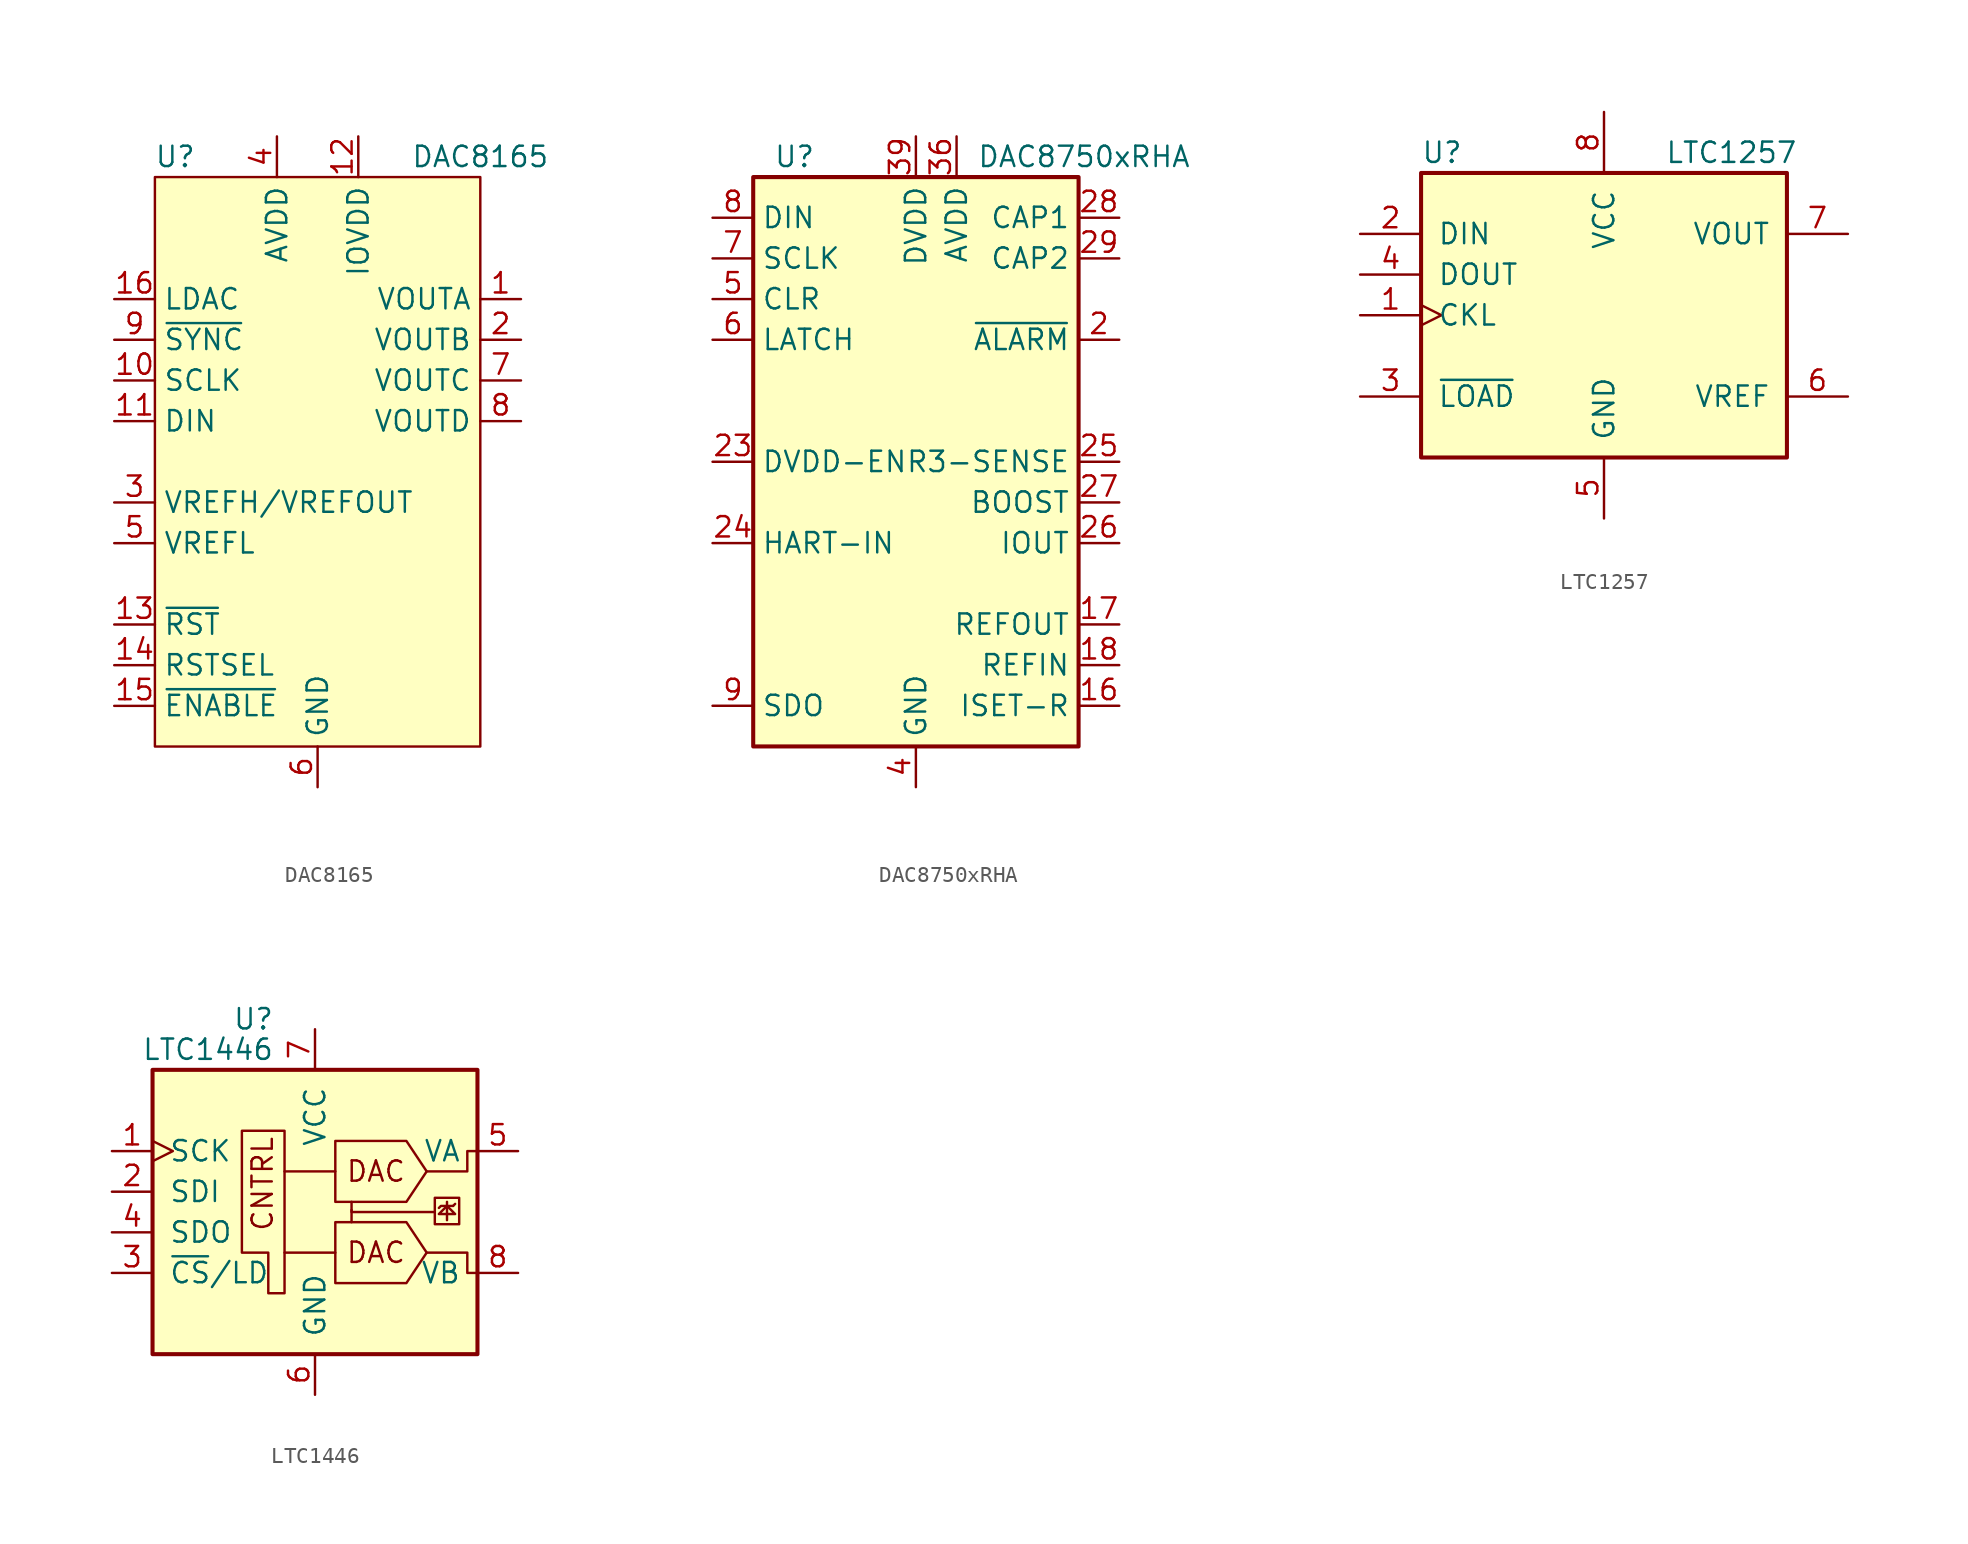
<source format=kicad_sym>
(kicad_symbol_lib
  (version 20211014)
  (generator kicad_symbol_editor)
  (symbol "DAC8165"
    (property "Reference" "U"
      (at -8.89 21.59 0)
      (effects (font (size 1.27 1.27))))
    (property "Value" "DAC8165"
      (at 10.16 21.59 0)
      (effects (font (size 1.27 1.27))))
    (symbol "DAC8165_0_0"
      (pin output line (at 12.7 12.7 180) (length 2.54) (name "VOUTA" (effects (font (size 1.27 1.27)))) (number "1" (effects (font (size 1.27 1.27)))))
      (pin input line (at -12.7 7.62 0) (length 2.54) (name "SCLK" (effects (font (size 1.27 1.27)))) (number "10" (effects (font (size 1.27 1.27)))))
      (pin input line (at -12.7 5.08 0) (length 2.54) (name "DIN" (effects (font (size 1.27 1.27)))) (number "11" (effects (font (size 1.27 1.27)))))
      (pin power_in line (at 2.54 22.86 270) (length 2.54) (name "IOVDD" (effects (font (size 1.27 1.27)))) (number "12" (effects (font (size 1.27 1.27)))))
      (pin input line (at -12.7 -7.62 0) (length 2.54) (name "~{RST}" (effects (font (size 1.27 1.27)))) (number "13" (effects (font (size 1.27 1.27)))))
      (pin input line (at -12.7 -10.16 0) (length 2.54) (name "RSTSEL" (effects (font (size 1.27 1.27)))) (number "14" (effects (font (size 1.27 1.27)))))
      (pin input line (at -12.7 -12.7 0) (length 2.54) (name "~{ENABLE}" (effects (font (size 1.27 1.27)))) (number "15" (effects (font (size 1.27 1.27)))))
      (pin input line (at -12.7 12.7 0) (length 2.54) (name "LDAC" (effects (font (size 1.27 1.27)))) (number "16" (effects (font (size 1.27 1.27)))))
      (pin output line (at 12.7 10.16 180) (length 2.54) (name "VOUTB" (effects (font (size 1.27 1.27)))) (number "2" (effects (font (size 1.27 1.27)))))
      (pin bidirectional line (at -12.7 0 0) (length 2.54) (name "VREFH/VREFOUT" (effects (font (size 1.27 1.27)))) (number "3" (effects (font (size 1.27 1.27)))))
      (pin power_in line (at -2.54 22.86 270) (length 2.54) (name "AVDD" (effects (font (size 1.27 1.27)))) (number "4" (effects (font (size 1.27 1.27)))))
      (pin input line (at -12.7 -2.54 0) (length 2.54) (name "VREFL" (effects (font (size 1.27 1.27)))) (number "5" (effects (font (size 1.27 1.27)))))
      (pin power_in line (at 0 -17.78 90) (length 2.54) (name "GND" (effects (font (size 1.27 1.27)))) (number "6" (effects (font (size 1.27 1.27)))))
      (pin output line (at 12.7 7.62 180) (length 2.54) (name "VOUTC" (effects (font (size 1.27 1.27)))) (number "7" (effects (font (size 1.27 1.27)))))
      (pin output line (at 12.7 5.08 180) (length 2.54) (name "VOUTD" (effects (font (size 1.27 1.27)))) (number "8" (effects (font (size 1.27 1.27)))))
      (pin input line (at -12.7 10.16 0) (length 2.54) (name "~{SYNC}" (effects (font (size 1.27 1.27)))) (number "9" (effects (font (size 1.27 1.27))))))
    (symbol "DAC8165_0_1"
      (rectangle (start -10.16 20.32) (end 10.16 -15.24) (stroke (width 0.152) (type default) (color 0 0 0 0)) (fill (type background)))))
  (symbol "DAC8750xRHA"
    (property "Reference" "U"
      (at -8.89 19.05 0)
      (effects (font (size 1.27 1.27)) (justify left)))
    (property "Value" "DAC8750xRHA"
      (at 3.81 19.05 0)
      (effects (font (size 1.27 1.27)) (justify left)))
    (symbol "DAC8750xRHA_1_1"
      (rectangle (start -10.16 17.78) (end 10.16 -17.78) (stroke (width 0.254) (type default) (color 0 0 0 0)) (fill (type background)))
      (pin no_connect line (at -10.16 -2.54 0) (length 2.54) hide (name "NC" (effects (font (size 1.27 1.27)))) (number "1" (effects (font (size 1.27 1.27)))))
      (pin no_connect line (at -10.16 -12.7 0) (length 2.54) hide (name "NC" (effects (font (size 1.27 1.27)))) (number "10" (effects (font (size 1.27 1.27)))))
      (pin no_connect line (at -5.08 17.78 270) (length 2.54) hide (name "NC" (effects (font (size 1.27 1.27)))) (number "11" (effects (font (size 1.27 1.27)))))
      (pin passive line (at 0 -20.32 90) (length 2.54) hide (name "GND" (effects (font (size 1.27 1.27)))) (number "12" (effects (font (size 1.27 1.27)))))
      (pin passive line (at 0 -20.32 90) (length 2.54) hide (name "GND" (effects (font (size 1.27 1.27)))) (number "13" (effects (font (size 1.27 1.27)))))
      (pin passive line (at 0 -20.32 90) (length 2.54) hide (name "GND" (effects (font (size 1.27 1.27)))) (number "14" (effects (font (size 1.27 1.27)))))
      (pin passive line (at 0 -20.32 90) (length 2.54) hide (name "GND" (effects (font (size 1.27 1.27)))) (number "15" (effects (font (size 1.27 1.27)))))
      (pin passive line (at 12.7 -15.24 180) (length 2.54) (name "ISET-R" (effects (font (size 1.27 1.27)))) (number "16" (effects (font (size 1.27 1.27)))))
      (pin output line (at 12.7 -10.16 180) (length 2.54) (name "REFOUT" (effects (font (size 1.27 1.27)))) (number "17" (effects (font (size 1.27 1.27)))))
      (pin input line (at 12.7 -12.7 180) (length 2.54) (name "REFIN" (effects (font (size 1.27 1.27)))) (number "18" (effects (font (size 1.27 1.27)))))
      (pin no_connect line (at 10.16 -7.62 180) (length 2.54) hide (name "NC" (effects (font (size 1.27 1.27)))) (number "19" (effects (font (size 1.27 1.27)))))
      (pin open_collector line (at 12.7 7.62 180) (length 2.54) (name "~{ALARM}" (effects (font (size 1.27 1.27)))) (number "2" (effects (font (size 1.27 1.27)))))
      (pin no_connect line (at 10.16 10.16 180) (length 2.54) hide (name "NC" (effects (font (size 1.27 1.27)))) (number "20" (effects (font (size 1.27 1.27)))))
      (pin no_connect line (at -10.16 2.54 0) (length 2.54) hide (name "NC" (effects (font (size 1.27 1.27)))) (number "21" (effects (font (size 1.27 1.27)))))
      (pin no_connect line (at -2.54 17.78 270) (length 2.54) hide (name "NC" (effects (font (size 1.27 1.27)))) (number "22" (effects (font (size 1.27 1.27)))))
      (pin input line (at -12.7 0 0) (length 2.54) (name "DVDD-EN" (effects (font (size 1.27 1.27)))) (number "23" (effects (font (size 1.27 1.27)))))
      (pin input line (at -12.7 -5.08 0) (length 2.54) (name "HART-IN" (effects (font (size 1.27 1.27)))) (number "24" (effects (font (size 1.27 1.27)))))
      (pin output line (at 12.7 0 180) (length 2.54) (name "R3-SENSE" (effects (font (size 1.27 1.27)))) (number "25" (effects (font (size 1.27 1.27)))))
      (pin output line (at 12.7 -5.08 180) (length 2.54) (name "IOUT" (effects (font (size 1.27 1.27)))) (number "26" (effects (font (size 1.27 1.27)))))
      (pin output line (at 12.7 -2.54 180) (length 2.54) (name "BOOST" (effects (font (size 1.27 1.27)))) (number "27" (effects (font (size 1.27 1.27)))))
      (pin passive line (at 12.7 15.24 180) (length 2.54) (name "CAP1" (effects (font (size 1.27 1.27)))) (number "28" (effects (font (size 1.27 1.27)))))
      (pin passive line (at 12.7 12.7 180) (length 2.54) (name "CAP2" (effects (font (size 1.27 1.27)))) (number "29" (effects (font (size 1.27 1.27)))))
      (pin passive line (at 0 -20.32 90) (length 2.54) hide (name "GND" (effects (font (size 1.27 1.27)))) (number "3" (effects (font (size 1.27 1.27)))))
      (pin no_connect line (at -5.08 -17.78 90) (length 2.54) hide (name "NC" (effects (font (size 1.27 1.27)))) (number "30" (effects (font (size 1.27 1.27)))))
      (pin no_connect line (at -2.54 -17.78 90) (length 2.54) hide (name "NC" (effects (font (size 1.27 1.27)))) (number "31" (effects (font (size 1.27 1.27)))))
      (pin no_connect line (at 2.54 -17.78 90) (length 2.54) hide (name "NC" (effects (font (size 1.27 1.27)))) (number "32" (effects (font (size 1.27 1.27)))))
      (pin no_connect line (at 5.08 -17.78 90) (length 2.54) hide (name "NC" (effects (font (size 1.27 1.27)))) (number "33" (effects (font (size 1.27 1.27)))))
      (pin no_connect line (at 10.16 2.54 180) (length 2.54) hide (name "NC" (effects (font (size 1.27 1.27)))) (number "34" (effects (font (size 1.27 1.27)))))
      (pin no_connect line (at 10.16 5.08 180) (length 2.54) hide (name "NC" (effects (font (size 1.27 1.27)))) (number "35" (effects (font (size 1.27 1.27)))))
      (pin power_in line (at 2.54 20.32 270) (length 2.54) (name "AVDD" (effects (font (size 1.27 1.27)))) (number "36" (effects (font (size 1.27 1.27)))))
      (pin passive line (at 0 -20.32 90) (length 2.54) hide (name "GND" (effects (font (size 1.27 1.27)))) (number "37" (effects (font (size 1.27 1.27)))))
      (pin no_connect line (at -10.16 -10.16 0) (length 2.54) hide (name "NC" (effects (font (size 1.27 1.27)))) (number "38" (effects (font (size 1.27 1.27)))))
      (pin power_in line (at 0 20.32 270) (length 2.54) (name "DVDD" (effects (font (size 1.27 1.27)))) (number "39" (effects (font (size 1.27 1.27)))))
      (pin power_in line (at 0 -20.32 90) (length 2.54) (name "GND" (effects (font (size 1.27 1.27)))) (number "4" (effects (font (size 1.27 1.27)))))
      (pin no_connect line (at -10.16 -7.62 0) (length 2.54) hide (name "NC" (effects (font (size 1.27 1.27)))) (number "40" (effects (font (size 1.27 1.27)))))
      (pin passive line (at 0 -20.32 90) (length 2.54) hide (name "GND" (effects (font (size 1.27 1.27)))) (number "41" (effects (font (size 1.27 1.27)))))
      (pin input line (at -12.7 10.16 0) (length 2.54) (name "CLR" (effects (font (size 1.27 1.27)))) (number "5" (effects (font (size 1.27 1.27)))))
      (pin input line (at -12.7 7.62 0) (length 2.54) (name "LATCH" (effects (font (size 1.27 1.27)))) (number "6" (effects (font (size 1.27 1.27)))))
      (pin input line (at -12.7 12.7 0) (length 2.54) (name "SCLK" (effects (font (size 1.27 1.27)))) (number "7" (effects (font (size 1.27 1.27)))))
      (pin input line (at -12.7 15.24 0) (length 2.54) (name "DIN" (effects (font (size 1.27 1.27)))) (number "8" (effects (font (size 1.27 1.27)))))
      (pin output line (at -12.7 -15.24 0) (length 2.54) (name "SDO" (effects (font (size 1.27 1.27)))) (number "9" (effects (font (size 1.27 1.27)))))))
  (symbol "LTC1257"
    (pin_names
      (offset 1.016))
    (property "Reference" "U"
      (at -11.43 10.16 0)
      (effects (font (size 1.27 1.27)) (justify left)))
    (property "Value" "LTC1257"
      (at 3.81 10.16 0)
      (effects (font (size 1.27 1.27)) (justify left)))
    (symbol "LTC1257_0_1"
      (rectangle (start -11.43 8.89) (end 11.43 -8.89) (stroke (width 0.254) (type default) (color 0 0 0 0)) (fill (type background))))
    (symbol "LTC1257_1_1"
      (pin input clock (at -15.24 0 0) (length 3.81) (name "CKL" (effects (font (size 1.27 1.27)))) (number "1" (effects (font (size 1.27 1.27)))))
      (pin input line (at -15.24 5.08 0) (length 3.81) (name "DIN" (effects (font (size 1.27 1.27)))) (number "2" (effects (font (size 1.27 1.27)))))
      (pin input line (at -15.24 -5.08 0) (length 3.81) (name "~{LOAD}" (effects (font (size 1.27 1.27)))) (number "3" (effects (font (size 1.27 1.27)))))
      (pin output line (at -15.24 2.54 0) (length 3.81) (name "DOUT" (effects (font (size 1.27 1.27)))) (number "4" (effects (font (size 1.27 1.27)))))
      (pin power_in line (at 0 -12.7 90) (length 3.81) (name "GND" (effects (font (size 1.27 1.27)))) (number "5" (effects (font (size 1.27 1.27)))))
      (pin bidirectional line (at 15.24 -5.08 180) (length 3.81) (name "VREF" (effects (font (size 1.27 1.27)))) (number "6" (effects (font (size 1.27 1.27)))))
      (pin output line (at 15.24 5.08 180) (length 3.81) (name "VOUT" (effects (font (size 1.27 1.27)))) (number "7" (effects (font (size 1.27 1.27)))))
      (pin power_in line (at 0 12.7 270) (length 3.81) (name "VCC" (effects (font (size 1.27 1.27)))) (number "8" (effects (font (size 1.27 1.27)))))))
  (symbol "LTC1446"
    (pin_names
      (offset 1.016))
    (property "Reference" "U"
      (at -2.54 10.795 0)
      (effects (font (size 1.27 1.27)) (justify right)))
    (property "Value" "LTC1446"
      (at -2.54 8.89 0)
      (effects (font (size 1.27 1.27)) (justify right)))
    (symbol "LTC1446_0_0"
      (polyline (pts (xy 2.286 -1.143) (xy 2.286 -1.905)) (stroke (width 0) (type default) (color 0 0 0 0)) (fill (type none)))
      (polyline (pts (xy 8.255 -1.778) (xy 8.255 -0.635)) (stroke (width 0) (type default) (color 0 0 0 0)) (fill (type none)))
      (polyline (pts (xy 8.636 -0.889) (xy 8.763 -0.762)) (stroke (width 0) (type default) (color 0 0 0 0)) (fill (type none)))
      (polyline (pts (xy 7.493 -1.27) (xy 2.286 -1.27) (xy 2.286 -0.635)) (stroke (width 0) (type default) (color 0 0 0 0)) (fill (type none)))
      (polyline (pts (xy 8.636 -0.889) (xy 7.874 -0.889) (xy 7.747 -1.016)) (stroke (width 0) (type default) (color 0 0 0 0)) (fill (type none)))
      (polyline (pts (xy 6.985 -3.81) (xy 9.525 -3.81) (xy 9.525 -5.08) (xy 10.16 -5.08)) (stroke (width 0) (type default) (color 0 0 0 0)) (fill (type none)))
      (polyline (pts (xy 6.985 1.27) (xy 9.525 1.27) (xy 9.525 2.54) (xy 10.16 2.54)) (stroke (width 0) (type default) (color 0 0 0 0)) (fill (type none)))
      (polyline (pts (xy 8.255 -0.889) (xy 8.763 -1.397) (xy 7.747 -1.397) (xy 8.255 -0.889)) (stroke (width 0) (type default) (color 0 0 0 0)) (fill (type none)))
      (rectangle (start 9.017 -0.381) (end 7.493 -2.032) (stroke (width 0) (type default) (color 0 0 0 0)) (fill (type none)))
      (text "CNTRL" (at -2.54 -2.54 900) (effects (font (size 1.27 1.27)) (justify left bottom)))
      (text "DAC" (at 3.81 -3.81 0) (effects (font (size 1.27 1.27))))
      (text "DAC" (at 3.81 1.27 0) (effects (font (size 1.27 1.27)))))
    (symbol "LTC1446_0_1"
      (rectangle (start -10.16 7.62) (end 10.16 -10.16) (stroke (width 0.254) (type default) (color 0 0 0 0)) (fill (type background)))
      (polyline (pts (xy 1.27 -3.81) (xy -1.905 -3.81)) (stroke (width 0) (type default) (color 0 0 0 0)) (fill (type none)))
      (polyline (pts (xy 1.27 1.27) (xy -1.905 1.27)) (stroke (width 0) (type default) (color 0 0 0 0)) (fill (type none)))
      (polyline (pts (xy 6.985 -3.81) (xy 5.715 -1.905) (xy 1.27 -1.905) (xy 1.27 -5.715) (xy 5.715 -5.715) (xy 6.985 -3.81)) (stroke (width 0) (type default) (color 0 0 0 0)) (fill (type none)))
      (polyline (pts (xy 6.985 1.27) (xy 5.715 3.175) (xy 1.27 3.175) (xy 1.27 -0.635) (xy 5.715 -0.635) (xy 6.985 1.27)) (stroke (width 0) (type default) (color 0 0 0 0)) (fill (type none)))
      (polyline (pts (xy -1.905 3.81) (xy -4.572 3.81) (xy -4.572 -3.81) (xy -2.921 -3.81) (xy -2.921 -6.35) (xy -1.905 -6.35) (xy -1.905 3.81)) (stroke (width 0) (type default) (color 0 0 0 0)) (fill (type none))))
    (symbol "LTC1446_1_1"
      (pin input clock (at -12.7 2.54 0) (length 2.54) (name "SCK" (effects (font (size 1.27 1.27)))) (number "1" (effects (font (size 1.27 1.27)))))
      (pin input line (at -12.7 0 0) (length 2.54) (name "SDI" (effects (font (size 1.27 1.27)))) (number "2" (effects (font (size 1.27 1.27)))))
      (pin input line (at -12.7 -5.08 0) (length 2.54) (name "~{CS}/LD" (effects (font (size 1.27 1.27)))) (number "3" (effects (font (size 1.27 1.27)))))
      (pin output line (at -12.7 -2.54 0) (length 2.54) (name "SDO" (effects (font (size 1.27 1.27)))) (number "4" (effects (font (size 1.27 1.27)))))
      (pin output line (at 12.7 2.54 180) (length 2.54) (name "VA" (effects (font (size 1.27 1.27)))) (number "5" (effects (font (size 1.27 1.27)))))
      (pin power_in line (at 0 -12.7 90) (length 2.54) (name "GND" (effects (font (size 1.27 1.27)))) (number "6" (effects (font (size 1.27 1.27)))))
      (pin power_in line (at 0 10.16 270) (length 2.54) (name "VCC" (effects (font (size 1.27 1.27)))) (number "7" (effects (font (size 1.27 1.27)))))
      (pin output line (at 12.7 -5.08 180) (length 2.54) (name "VB" (effects (font (size 1.27 1.27)))) (number "8" (effects (font (size 1.27 1.27))))))))
</source>
